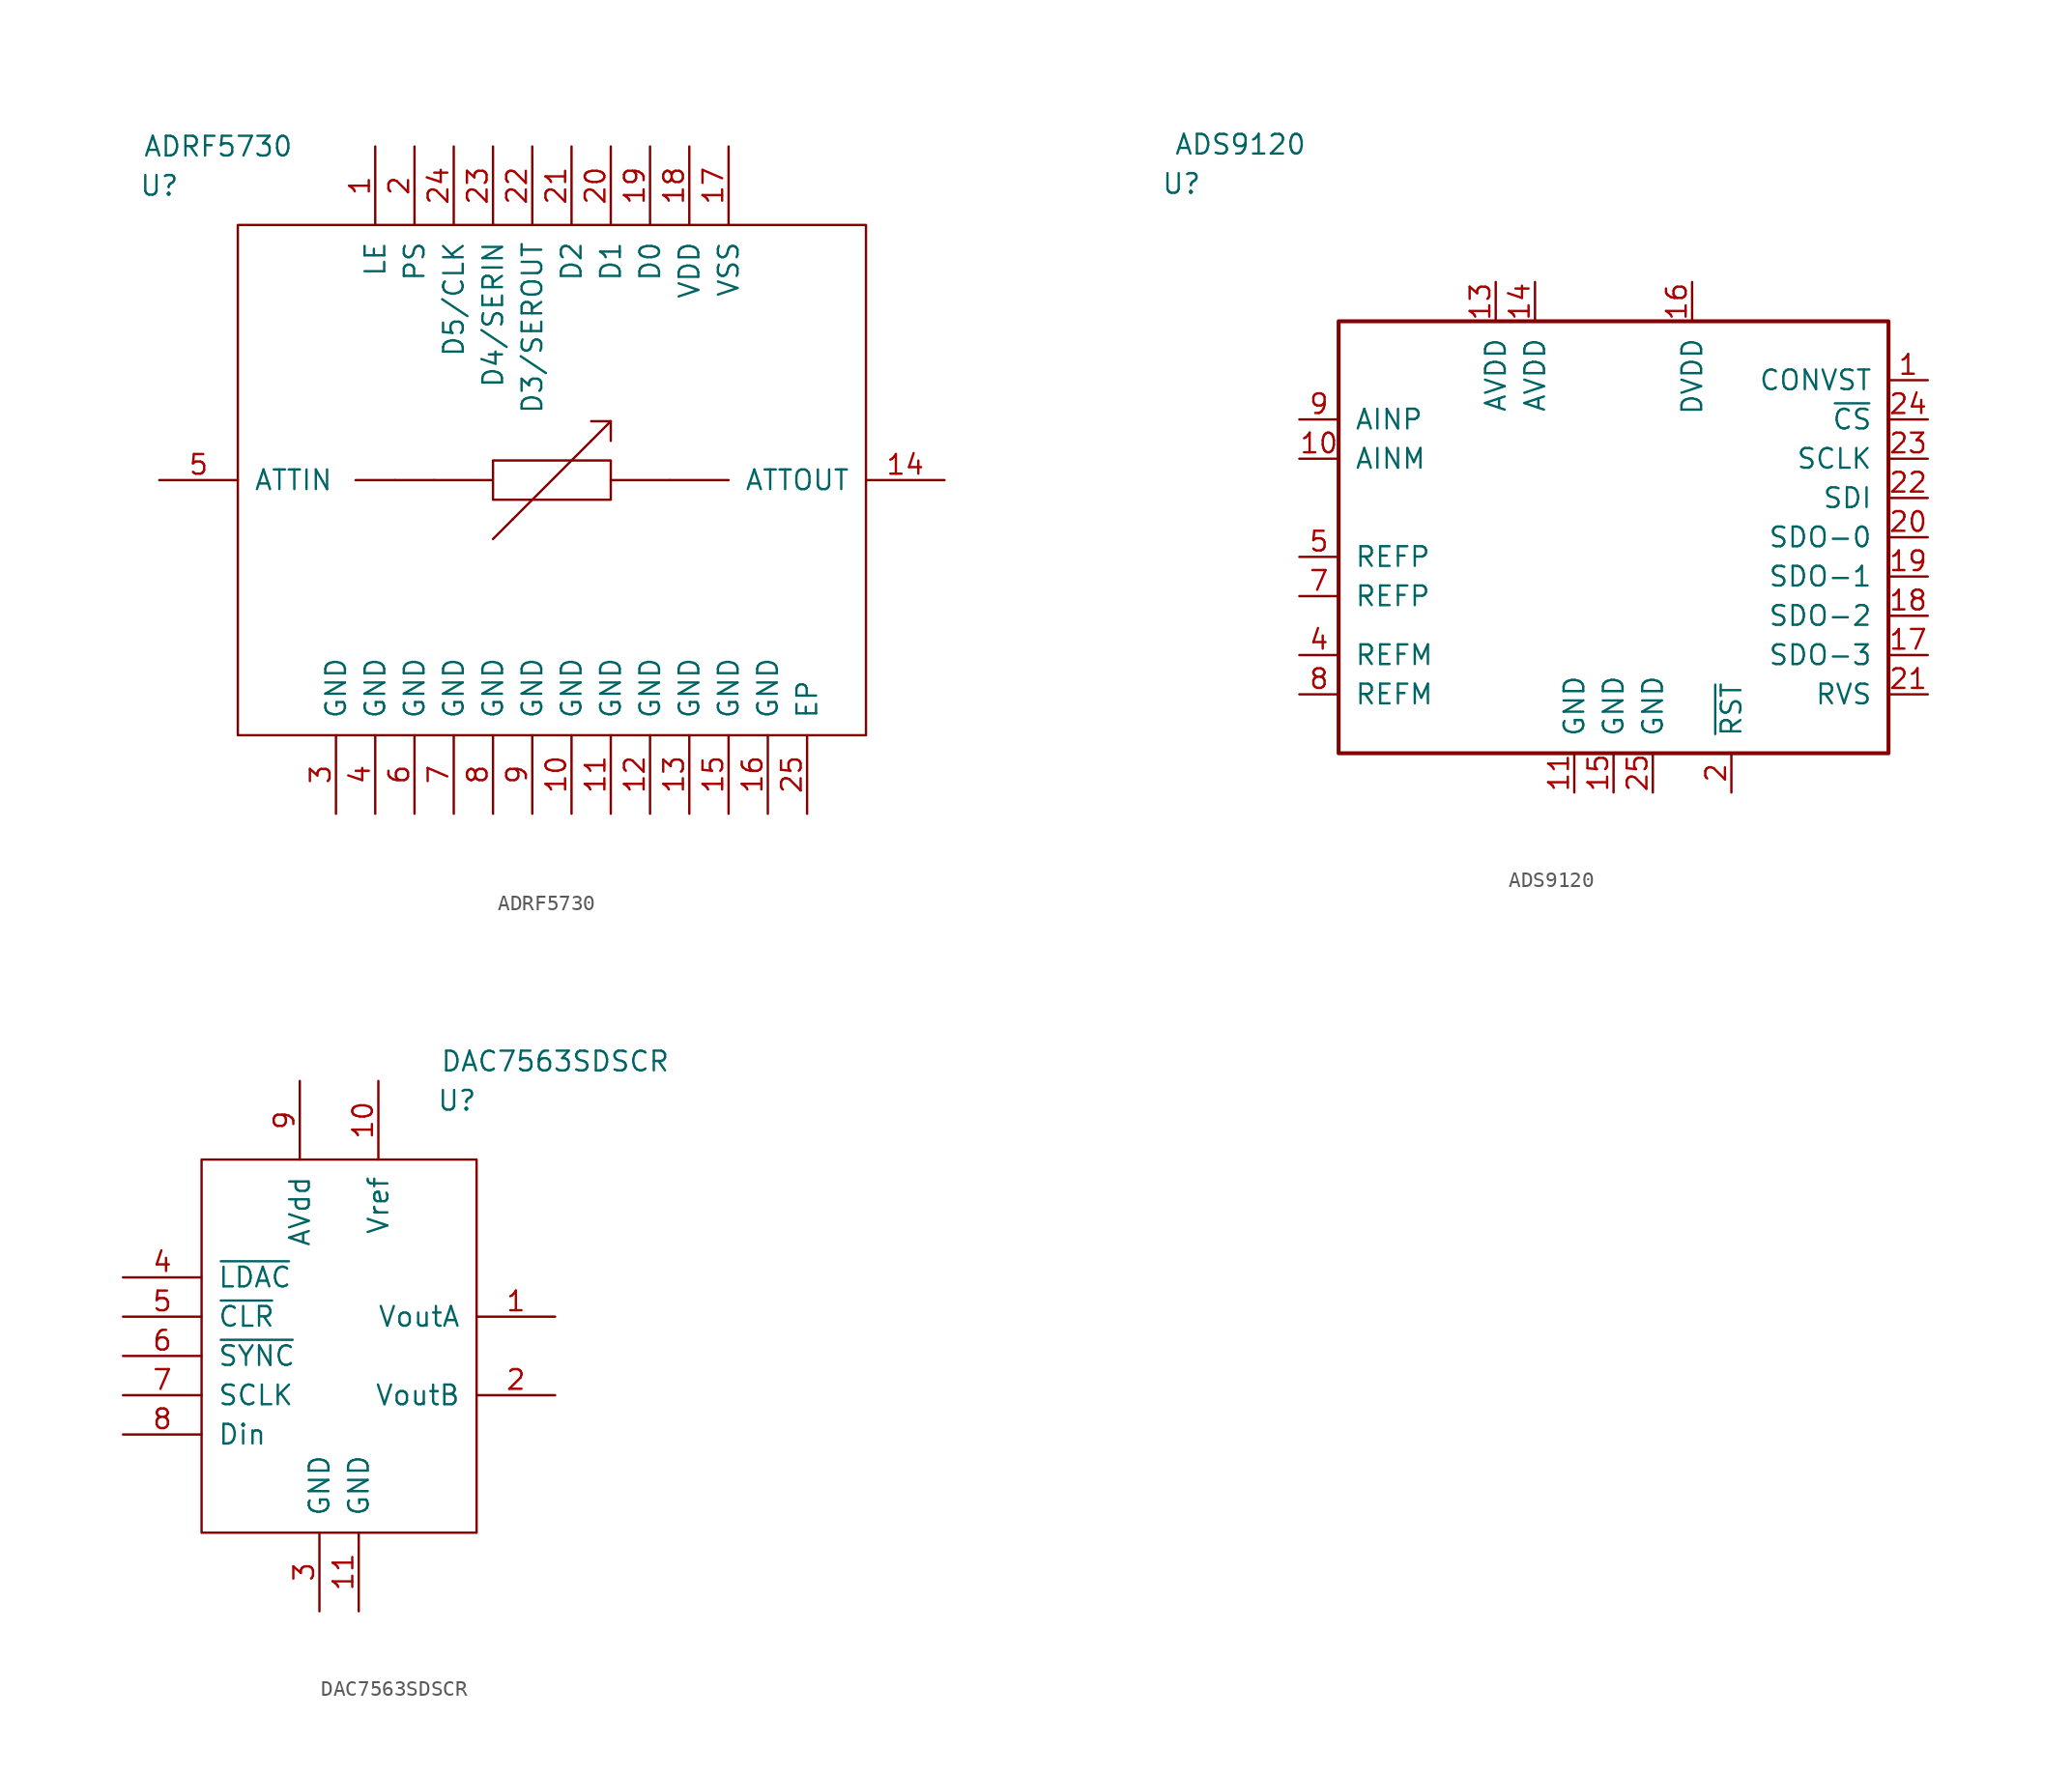
<source format=kicad_sym>
(kicad_symbol_lib
  (version 20201005)
  (generator kicad_symbol_editor)
  (symbol "vna_mm:ADRF5730"
    (pin_names
      (offset 1.016))
    (property "Reference" "U"
      (at -25.4 19.05 0)
      (effects (font (size 1.27 1.27))))
    (property "Value" "ADRF5730"
      (at -21.59 21.59 0)
      (effects (font (size 1.27 1.27))))
    (symbol "ADRF5730_0_1"
      (rectangle (start -20.32 16.51) (end 20.32 -16.51) (stroke (width 0)) (fill (type none)))
      (polyline (pts (xy -10.16 0) (xy -12.7 0)) (stroke (width 0)) (fill (type none)))
      (polyline (pts (xy -7.62 0) (xy -10.16 0)) (stroke (width 0)) (fill (type none)))
      (polyline (pts (xy -2.54 -2.54) (xy -3.81 -3.81)) (stroke (width 0)) (fill (type none)))
      (polyline (pts (xy -2.54 -2.54) (xy 2.54 2.54)) (stroke (width 0)) (fill (type none)))
      (polyline (pts (xy 2.54 2.54) (xy 3.81 3.81)) (stroke (width 0)) (fill (type none)))
      (polyline (pts (xy 7.62 0) (xy 11.43 0)) (stroke (width 0)) (fill (type none)))
      (polyline (pts (xy 2.54 3.81) (xy 3.81 3.81) (xy 3.81 2.54)) (stroke (width 0)) (fill (type none)))
      (polyline (pts (xy 3.81 0) (xy 6.35 0) (xy 7.62 0)) (stroke (width 0)) (fill (type none)))
      (polyline (pts (xy -7.62 0) (xy -3.81 0) (xy -3.81 1.27) (xy 0 1.27) (xy 3.81 1.27) (xy 3.81 -1.27) (xy -3.81 -1.27) (xy -3.81 0)) (stroke (width 0)) (fill (type none))))
    (symbol "ADRF5730_1_1"
      (pin input line (at -11.43 21.59 270) (length 5.08) (name "LE" (effects (font (size 1.27 1.27)))) (number "1" (effects (font (size 1.27 1.27)))))
      (pin power_in line (at 1.27 -21.59 90) (length 5.08) (name "GND" (effects (font (size 1.27 1.27)))) (number "10" (effects (font (size 1.27 1.27)))))
      (pin power_in line (at 3.81 -21.59 90) (length 5.08) (name "GND" (effects (font (size 1.27 1.27)))) (number "11" (effects (font (size 1.27 1.27)))))
      (pin power_in line (at 6.35 -21.59 90) (length 5.08) (name "GND" (effects (font (size 1.27 1.27)))) (number "12" (effects (font (size 1.27 1.27)))))
      (pin power_in line (at 8.89 -21.59 90) (length 5.08) (name "GND" (effects (font (size 1.27 1.27)))) (number "13" (effects (font (size 1.27 1.27)))))
      (pin bidirectional line (at 25.4 0 180) (length 5.08) (name "ATTOUT" (effects (font (size 1.27 1.27)))) (number "14" (effects (font (size 1.27 1.27)))))
      (pin power_in line (at 11.43 -21.59 90) (length 5.08) (name "GND" (effects (font (size 1.27 1.27)))) (number "15" (effects (font (size 1.27 1.27)))))
      (pin power_in line (at 13.97 -21.59 90) (length 5.08) (name "GND" (effects (font (size 1.27 1.27)))) (number "16" (effects (font (size 1.27 1.27)))))
      (pin power_in line (at 11.43 21.59 270) (length 5.08) (name "VSS" (effects (font (size 1.27 1.27)))) (number "17" (effects (font (size 1.27 1.27)))))
      (pin power_in line (at 8.89 21.59 270) (length 5.08) (name "VDD" (effects (font (size 1.27 1.27)))) (number "18" (effects (font (size 1.27 1.27)))))
      (pin input line (at 6.35 21.59 270) (length 5.08) (name "D0" (effects (font (size 1.27 1.27)))) (number "19" (effects (font (size 1.27 1.27)))))
      (pin input line (at -8.89 21.59 270) (length 5.08) (name "PS" (effects (font (size 1.27 1.27)))) (number "2" (effects (font (size 1.27 1.27)))))
      (pin input line (at 3.81 21.59 270) (length 5.08) (name "D1" (effects (font (size 1.27 1.27)))) (number "20" (effects (font (size 1.27 1.27)))))
      (pin input line (at 1.27 21.59 270) (length 5.08) (name "D2" (effects (font (size 1.27 1.27)))) (number "21" (effects (font (size 1.27 1.27)))))
      (pin output line (at -1.27 21.59 270) (length 5.08) (name "D3/SEROUT" (effects (font (size 1.27 1.27)))) (number "22" (effects (font (size 1.27 1.27)))))
      (pin input line (at -3.81 21.59 270) (length 5.08) (name "D4/SERIN" (effects (font (size 1.27 1.27)))) (number "23" (effects (font (size 1.27 1.27)))))
      (pin input line (at -6.35 21.59 270) (length 5.08) (name "D5/CLK" (effects (font (size 1.27 1.27)))) (number "24" (effects (font (size 1.27 1.27)))))
      (pin power_in line (at 16.51 -21.59 90) (length 5.08) (name "EP" (effects (font (size 1.27 1.27)))) (number "25" (effects (font (size 1.27 1.27)))))
      (pin power_in line (at -13.97 -21.59 90) (length 5.08) (name "GND" (effects (font (size 1.27 1.27)))) (number "3" (effects (font (size 1.27 1.27)))))
      (pin power_in line (at -11.43 -21.59 90) (length 5.08) (name "GND" (effects (font (size 1.27 1.27)))) (number "4" (effects (font (size 1.27 1.27)))))
      (pin bidirectional line (at -25.4 0 0) (length 5.08) (name "ATTIN" (effects (font (size 1.27 1.27)))) (number "5" (effects (font (size 1.27 1.27)))))
      (pin power_in line (at -8.89 -21.59 90) (length 5.08) (name "GND" (effects (font (size 1.27 1.27)))) (number "6" (effects (font (size 1.27 1.27)))))
      (pin power_in line (at -6.35 -21.59 90) (length 5.08) (name "GND" (effects (font (size 1.27 1.27)))) (number "7" (effects (font (size 1.27 1.27)))))
      (pin power_in line (at -3.81 -21.59 90) (length 5.08) (name "GND" (effects (font (size 1.27 1.27)))) (number "8" (effects (font (size 1.27 1.27)))))
      (pin power_in line (at -1.27 -21.59 90) (length 5.08) (name "GND" (effects (font (size 1.27 1.27)))) (number "9" (effects (font (size 1.27 1.27)))))))
  (symbol "vna_mm:ADS9120"
    (pin_names
      (offset 1.016))
    (property "Reference" "U"
      (at -27.94 22.86 0)
      (effects (font (size 1.27 1.27))))
    (property "Value" "ADS9120"
      (at -24.13 25.4 0)
      (effects (font (size 1.27 1.27))))
    (symbol "ADS9120_0_0"
      (pin input line (at 20.32 10.16 180) (length 2.54) (name "CONVST" (effects (font (size 1.27 1.27)))) (number "1" (effects (font (size 1.27 1.27)))))
      (pin input line (at -20.32 5.08 0) (length 2.54) (name "AINM" (effects (font (size 1.27 1.27)))) (number "10" (effects (font (size 1.27 1.27)))))
      (pin power_in line (at -2.54 -16.51 90) (length 2.54) (name "GND" (effects (font (size 1.27 1.27)))) (number "11" (effects (font (size 1.27 1.27)))))
      (pin unconnected line (at -8.89 -16.51 90) (length 2.54) hide (name "NC" (effects (font (size 1.27 1.27)))) (number "12" (effects (font (size 1.27 1.27)))))
      (pin power_in line (at -7.62 16.51 270) (length 2.54) (name "AVDD" (effects (font (size 1.27 1.27)))) (number "13" (effects (font (size 1.27 1.27)))))
      (pin power_in line (at -5.08 16.51 270) (length 2.54) (name "AVDD" (effects (font (size 1.27 1.27)))) (number "14" (effects (font (size 1.27 1.27)))))
      (pin power_in line (at 0 -16.51 90) (length 2.54) (name "GND" (effects (font (size 1.27 1.27)))) (number "15" (effects (font (size 1.27 1.27)))))
      (pin power_in line (at 5.08 16.51 270) (length 2.54) (name "DVDD" (effects (font (size 1.27 1.27)))) (number "16" (effects (font (size 1.27 1.27)))))
      (pin output line (at 20.32 -7.62 180) (length 2.54) (name "SDO-3" (effects (font (size 1.27 1.27)))) (number "17" (effects (font (size 1.27 1.27)))))
      (pin output line (at 20.32 -5.08 180) (length 2.54) (name "SDO-2" (effects (font (size 1.27 1.27)))) (number "18" (effects (font (size 1.27 1.27)))))
      (pin output line (at 20.32 -2.54 180) (length 2.54) (name "SDO-1" (effects (font (size 1.27 1.27)))) (number "19" (effects (font (size 1.27 1.27)))))
      (pin input line (at 7.62 -16.51 90) (length 2.54) (name "~RST" (effects (font (size 1.27 1.27)))) (number "2" (effects (font (size 1.27 1.27)))))
      (pin output line (at 20.32 0 180) (length 2.54) (name "SDO-0" (effects (font (size 1.27 1.27)))) (number "20" (effects (font (size 1.27 1.27)))))
      (pin output line (at 20.32 -10.16 180) (length 2.54) (name "RVS" (effects (font (size 1.27 1.27)))) (number "21" (effects (font (size 1.27 1.27)))))
      (pin input line (at 20.32 2.54 180) (length 2.54) (name "SDI" (effects (font (size 1.27 1.27)))) (number "22" (effects (font (size 1.27 1.27)))))
      (pin input line (at 20.32 5.08 180) (length 2.54) (name "SCLK" (effects (font (size 1.27 1.27)))) (number "23" (effects (font (size 1.27 1.27)))))
      (pin input line (at 20.32 7.62 180) (length 2.54) (name "~CS" (effects (font (size 1.27 1.27)))) (number "24" (effects (font (size 1.27 1.27)))))
      (pin power_in line (at 2.54 -16.51 90) (length 2.54) (name "GND" (effects (font (size 1.27 1.27)))) (number "25" (effects (font (size 1.27 1.27)))))
      (pin unconnected line (at -6.35 -16.51 90) (length 2.54) hide (name "NC" (effects (font (size 1.27 1.27)))) (number "3" (effects (font (size 1.27 1.27)))))
      (pin input line (at -20.32 -7.62 0) (length 2.54) (name "REFM" (effects (font (size 1.27 1.27)))) (number "4" (effects (font (size 1.27 1.27)))))
      (pin input line (at -20.32 -1.27 0) (length 2.54) (name "REFP" (effects (font (size 1.27 1.27)))) (number "5" (effects (font (size 1.27 1.27)))))
      (pin unconnected line (at -7.62 -16.51 90) (length 2.54) hide (name "NC" (effects (font (size 1.27 1.27)))) (number "6" (effects (font (size 1.27 1.27)))))
      (pin input line (at -20.32 -3.81 0) (length 2.54) (name "REFP" (effects (font (size 1.27 1.27)))) (number "7" (effects (font (size 1.27 1.27)))))
      (pin input line (at -20.32 -10.16 0) (length 2.54) (name "REFM" (effects (font (size 1.27 1.27)))) (number "8" (effects (font (size 1.27 1.27)))))
      (pin input line (at -20.32 7.62 0) (length 2.54) (name "AINP" (effects (font (size 1.27 1.27)))) (number "9" (effects (font (size 1.27 1.27))))))
    (symbol "ADS9120_0_1"
      (rectangle (start 17.78 13.97) (end -17.78 -13.97) (stroke (width 0.254)) (fill (type none)))))
  (symbol "vna_mm:DAC7563SDSCR"
    (pin_names
      (offset 1.016))
    (property "Reference" "U"
      (at 7.62 16.51 0)
      (effects (font (size 1.27 1.27))))
    (property "Value" "DAC7563SDSCR"
      (at 13.97 19.05 0)
      (effects (font (size 1.27 1.27))))
    (symbol "DAC7563SDSCR_0_1"
      (rectangle (start -8.89 12.7) (end 8.89 -11.43) (stroke (width 0)) (fill (type none))))
    (symbol "DAC7563SDSCR_1_1"
      (pin output line (at 13.97 2.54 180) (length 5.08) (name "VoutA" (effects (font (size 1.27 1.27)))) (number "1" (effects (font (size 1.27 1.27)))))
      (pin bidirectional line (at 2.54 17.78 270) (length 5.08) (name "Vref" (effects (font (size 1.27 1.27)))) (number "10" (effects (font (size 1.27 1.27)))))
      (pin power_in line (at 1.27 -16.51 90) (length 5.08) (name "GND" (effects (font (size 1.27 1.27)))) (number "11" (effects (font (size 1.27 1.27)))))
      (pin output line (at 13.97 -2.54 180) (length 5.08) (name "VoutB" (effects (font (size 1.27 1.27)))) (number "2" (effects (font (size 1.27 1.27)))))
      (pin power_in line (at -1.27 -16.51 90) (length 5.08) (name "GND" (effects (font (size 1.27 1.27)))) (number "3" (effects (font (size 1.27 1.27)))))
      (pin input line (at -13.97 5.08 0) (length 5.08) (name "~LDAC" (effects (font (size 1.27 1.27)))) (number "4" (effects (font (size 1.27 1.27)))))
      (pin input line (at -13.97 2.54 0) (length 5.08) (name "~CLR" (effects (font (size 1.27 1.27)))) (number "5" (effects (font (size 1.27 1.27)))))
      (pin input line (at -13.97 0 0) (length 5.08) (name "~SYNC" (effects (font (size 1.27 1.27)))) (number "6" (effects (font (size 1.27 1.27)))))
      (pin input line (at -13.97 -2.54 0) (length 5.08) (name "SCLK" (effects (font (size 1.27 1.27)))) (number "7" (effects (font (size 1.27 1.27)))))
      (pin input line (at -13.97 -5.08 0) (length 5.08) (name "Din" (effects (font (size 1.27 1.27)))) (number "8" (effects (font (size 1.27 1.27)))))
      (pin power_in line (at -2.54 17.78 270) (length 5.08) (name "AVdd" (effects (font (size 1.27 1.27)))) (number "9" (effects (font (size 1.27 1.27))))))))
</source>
